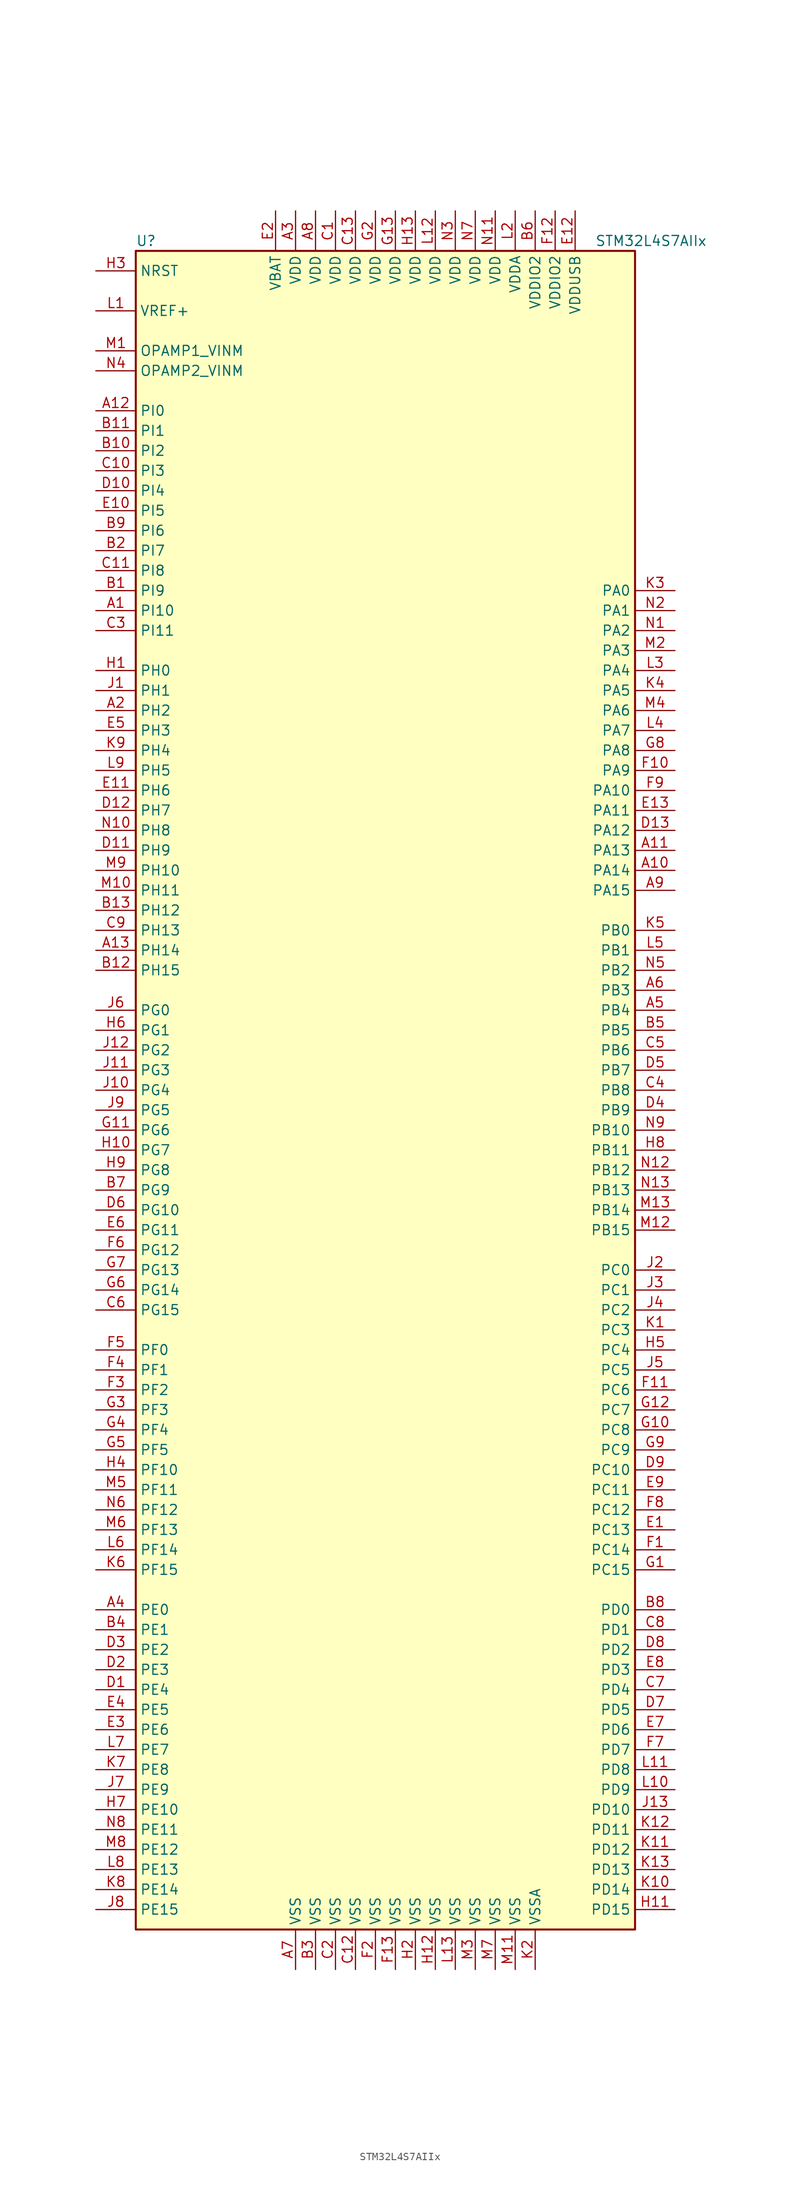
<source format=kicad_sym>
(kicad_symbol_lib
  (version 20201005)
  (generator kicad_symbol_editor)
  (symbol "MCU_ST_STM32L4+:STM32L4S7AIIx"
    (property "Reference" "U"
      (at -33.02 107.95 0)
      (effects (font (size 1.27 1.27)) (justify left)))
    (property "Value" "STM32L4S7AIIx"
      (at 25.4 107.95 0)
      (effects (font (size 1.27 1.27)) (justify left)))
    (symbol "STM32L4S7AIIx_0_1"
      (rectangle (start -33.02 -106.68) (end 30.48 106.68) (stroke (width 0.254)) (fill (type background))))
    (symbol "STM32L4S7AIIx_1_1"
      (pin input line (at -38.1 104.14 0) (length 5.08) (name "NRST" (effects (font (size 1.27 1.27)))) (number "H3" (effects (font (size 1.27 1.27)))))
      (pin bidirectional line (at -38.1 93.98 0) (length 5.08) (name "OPAMP1_VINM" (effects (font (size 1.27 1.27)))) (number "M1" (effects (font (size 1.27 1.27)))))
      (pin bidirectional line (at -38.1 91.44 0) (length 5.08) (name "OPAMP2_VINM" (effects (font (size 1.27 1.27)))) (number "N4" (effects (font (size 1.27 1.27)))))
      (pin bidirectional line (at 35.56 63.5 180) (length 5.08) (name "PA0" (effects (font (size 1.27 1.27)))) (number "K3" (effects (font (size 1.27 1.27)))))
      (pin bidirectional line (at 35.56 60.96 180) (length 5.08) (name "PA1" (effects (font (size 1.27 1.27)))) (number "N2" (effects (font (size 1.27 1.27)))))
      (pin bidirectional line (at 35.56 38.1 180) (length 5.08) (name "PA10" (effects (font (size 1.27 1.27)))) (number "F9" (effects (font (size 1.27 1.27)))))
      (pin bidirectional line (at 35.56 35.56 180) (length 5.08) (name "PA11" (effects (font (size 1.27 1.27)))) (number "E13" (effects (font (size 1.27 1.27)))))
      (pin bidirectional line (at 35.56 33.02 180) (length 5.08) (name "PA12" (effects (font (size 1.27 1.27)))) (number "D13" (effects (font (size 1.27 1.27)))))
      (pin bidirectional line (at 35.56 30.48 180) (length 5.08) (name "PA13" (effects (font (size 1.27 1.27)))) (number "A11" (effects (font (size 1.27 1.27)))))
      (pin bidirectional line (at 35.56 27.94 180) (length 5.08) (name "PA14" (effects (font (size 1.27 1.27)))) (number "A10" (effects (font (size 1.27 1.27)))))
      (pin bidirectional line (at 35.56 25.4 180) (length 5.08) (name "PA15" (effects (font (size 1.27 1.27)))) (number "A9" (effects (font (size 1.27 1.27)))))
      (pin bidirectional line (at 35.56 58.42 180) (length 5.08) (name "PA2" (effects (font (size 1.27 1.27)))) (number "N1" (effects (font (size 1.27 1.27)))))
      (pin bidirectional line (at 35.56 55.88 180) (length 5.08) (name "PA3" (effects (font (size 1.27 1.27)))) (number "M2" (effects (font (size 1.27 1.27)))))
      (pin bidirectional line (at 35.56 53.34 180) (length 5.08) (name "PA4" (effects (font (size 1.27 1.27)))) (number "L3" (effects (font (size 1.27 1.27)))))
      (pin bidirectional line (at 35.56 50.8 180) (length 5.08) (name "PA5" (effects (font (size 1.27 1.27)))) (number "K4" (effects (font (size 1.27 1.27)))))
      (pin bidirectional line (at 35.56 48.26 180) (length 5.08) (name "PA6" (effects (font (size 1.27 1.27)))) (number "M4" (effects (font (size 1.27 1.27)))))
      (pin bidirectional line (at 35.56 45.72 180) (length 5.08) (name "PA7" (effects (font (size 1.27 1.27)))) (number "L4" (effects (font (size 1.27 1.27)))))
      (pin bidirectional line (at 35.56 43.18 180) (length 5.08) (name "PA8" (effects (font (size 1.27 1.27)))) (number "G8" (effects (font (size 1.27 1.27)))))
      (pin bidirectional line (at 35.56 40.64 180) (length 5.08) (name "PA9" (effects (font (size 1.27 1.27)))) (number "F10" (effects (font (size 1.27 1.27)))))
      (pin bidirectional line (at 35.56 20.32 180) (length 5.08) (name "PB0" (effects (font (size 1.27 1.27)))) (number "K5" (effects (font (size 1.27 1.27)))))
      (pin bidirectional line (at 35.56 17.78 180) (length 5.08) (name "PB1" (effects (font (size 1.27 1.27)))) (number "L5" (effects (font (size 1.27 1.27)))))
      (pin bidirectional line (at 35.56 -5.08 180) (length 5.08) (name "PB10" (effects (font (size 1.27 1.27)))) (number "N9" (effects (font (size 1.27 1.27)))))
      (pin bidirectional line (at 35.56 -7.62 180) (length 5.08) (name "PB11" (effects (font (size 1.27 1.27)))) (number "H8" (effects (font (size 1.27 1.27)))))
      (pin bidirectional line (at 35.56 -10.16 180) (length 5.08) (name "PB12" (effects (font (size 1.27 1.27)))) (number "N12" (effects (font (size 1.27 1.27)))))
      (pin bidirectional line (at 35.56 -12.7 180) (length 5.08) (name "PB13" (effects (font (size 1.27 1.27)))) (number "N13" (effects (font (size 1.27 1.27)))))
      (pin bidirectional line (at 35.56 -15.24 180) (length 5.08) (name "PB14" (effects (font (size 1.27 1.27)))) (number "M13" (effects (font (size 1.27 1.27)))))
      (pin bidirectional line (at 35.56 -17.78 180) (length 5.08) (name "PB15" (effects (font (size 1.27 1.27)))) (number "M12" (effects (font (size 1.27 1.27)))))
      (pin bidirectional line (at 35.56 15.24 180) (length 5.08) (name "PB2" (effects (font (size 1.27 1.27)))) (number "N5" (effects (font (size 1.27 1.27)))))
      (pin bidirectional line (at 35.56 12.7 180) (length 5.08) (name "PB3" (effects (font (size 1.27 1.27)))) (number "A6" (effects (font (size 1.27 1.27)))))
      (pin bidirectional line (at 35.56 10.16 180) (length 5.08) (name "PB4" (effects (font (size 1.27 1.27)))) (number "A5" (effects (font (size 1.27 1.27)))))
      (pin bidirectional line (at 35.56 7.62 180) (length 5.08) (name "PB5" (effects (font (size 1.27 1.27)))) (number "B5" (effects (font (size 1.27 1.27)))))
      (pin bidirectional line (at 35.56 5.08 180) (length 5.08) (name "PB6" (effects (font (size 1.27 1.27)))) (number "C5" (effects (font (size 1.27 1.27)))))
      (pin bidirectional line (at 35.56 2.54 180) (length 5.08) (name "PB7" (effects (font (size 1.27 1.27)))) (number "D5" (effects (font (size 1.27 1.27)))))
      (pin bidirectional line (at 35.56 0 180) (length 5.08) (name "PB8" (effects (font (size 1.27 1.27)))) (number "C4" (effects (font (size 1.27 1.27)))))
      (pin bidirectional line (at 35.56 -2.54 180) (length 5.08) (name "PB9" (effects (font (size 1.27 1.27)))) (number "D4" (effects (font (size 1.27 1.27)))))
      (pin bidirectional line (at 35.56 -22.86 180) (length 5.08) (name "PC0" (effects (font (size 1.27 1.27)))) (number "J2" (effects (font (size 1.27 1.27)))))
      (pin bidirectional line (at 35.56 -25.4 180) (length 5.08) (name "PC1" (effects (font (size 1.27 1.27)))) (number "J3" (effects (font (size 1.27 1.27)))))
      (pin bidirectional line (at 35.56 -48.26 180) (length 5.08) (name "PC10" (effects (font (size 1.27 1.27)))) (number "D9" (effects (font (size 1.27 1.27)))))
      (pin bidirectional line (at 35.56 -50.8 180) (length 5.08) (name "PC11" (effects (font (size 1.27 1.27)))) (number "E9" (effects (font (size 1.27 1.27)))))
      (pin bidirectional line (at 35.56 -53.34 180) (length 5.08) (name "PC12" (effects (font (size 1.27 1.27)))) (number "F8" (effects (font (size 1.27 1.27)))))
      (pin bidirectional line (at 35.56 -55.88 180) (length 5.08) (name "PC13" (effects (font (size 1.27 1.27)))) (number "E1" (effects (font (size 1.27 1.27)))))
      (pin bidirectional line (at 35.56 -58.42 180) (length 5.08) (name "PC14" (effects (font (size 1.27 1.27)))) (number "F1" (effects (font (size 1.27 1.27)))))
      (pin bidirectional line (at 35.56 -60.96 180) (length 5.08) (name "PC15" (effects (font (size 1.27 1.27)))) (number "G1" (effects (font (size 1.27 1.27)))))
      (pin bidirectional line (at 35.56 -27.94 180) (length 5.08) (name "PC2" (effects (font (size 1.27 1.27)))) (number "J4" (effects (font (size 1.27 1.27)))))
      (pin bidirectional line (at 35.56 -30.48 180) (length 5.08) (name "PC3" (effects (font (size 1.27 1.27)))) (number "K1" (effects (font (size 1.27 1.27)))))
      (pin bidirectional line (at 35.56 -33.02 180) (length 5.08) (name "PC4" (effects (font (size 1.27 1.27)))) (number "H5" (effects (font (size 1.27 1.27)))))
      (pin bidirectional line (at 35.56 -35.56 180) (length 5.08) (name "PC5" (effects (font (size 1.27 1.27)))) (number "J5" (effects (font (size 1.27 1.27)))))
      (pin bidirectional line (at 35.56 -38.1 180) (length 5.08) (name "PC6" (effects (font (size 1.27 1.27)))) (number "F11" (effects (font (size 1.27 1.27)))))
      (pin bidirectional line (at 35.56 -40.64 180) (length 5.08) (name "PC7" (effects (font (size 1.27 1.27)))) (number "G12" (effects (font (size 1.27 1.27)))))
      (pin bidirectional line (at 35.56 -43.18 180) (length 5.08) (name "PC8" (effects (font (size 1.27 1.27)))) (number "G10" (effects (font (size 1.27 1.27)))))
      (pin bidirectional line (at 35.56 -45.72 180) (length 5.08) (name "PC9" (effects (font (size 1.27 1.27)))) (number "G9" (effects (font (size 1.27 1.27)))))
      (pin bidirectional line (at 35.56 -66.04 180) (length 5.08) (name "PD0" (effects (font (size 1.27 1.27)))) (number "B8" (effects (font (size 1.27 1.27)))))
      (pin bidirectional line (at 35.56 -68.58 180) (length 5.08) (name "PD1" (effects (font (size 1.27 1.27)))) (number "C8" (effects (font (size 1.27 1.27)))))
      (pin bidirectional line (at 35.56 -91.44 180) (length 5.08) (name "PD10" (effects (font (size 1.27 1.27)))) (number "J13" (effects (font (size 1.27 1.27)))))
      (pin bidirectional line (at 35.56 -93.98 180) (length 5.08) (name "PD11" (effects (font (size 1.27 1.27)))) (number "K12" (effects (font (size 1.27 1.27)))))
      (pin bidirectional line (at 35.56 -96.52 180) (length 5.08) (name "PD12" (effects (font (size 1.27 1.27)))) (number "K11" (effects (font (size 1.27 1.27)))))
      (pin bidirectional line (at 35.56 -99.06 180) (length 5.08) (name "PD13" (effects (font (size 1.27 1.27)))) (number "K13" (effects (font (size 1.27 1.27)))))
      (pin bidirectional line (at 35.56 -101.6 180) (length 5.08) (name "PD14" (effects (font (size 1.27 1.27)))) (number "K10" (effects (font (size 1.27 1.27)))))
      (pin bidirectional line (at 35.56 -104.14 180) (length 5.08) (name "PD15" (effects (font (size 1.27 1.27)))) (number "H11" (effects (font (size 1.27 1.27)))))
      (pin bidirectional line (at 35.56 -71.12 180) (length 5.08) (name "PD2" (effects (font (size 1.27 1.27)))) (number "D8" (effects (font (size 1.27 1.27)))))
      (pin bidirectional line (at 35.56 -73.66 180) (length 5.08) (name "PD3" (effects (font (size 1.27 1.27)))) (number "E8" (effects (font (size 1.27 1.27)))))
      (pin bidirectional line (at 35.56 -76.2 180) (length 5.08) (name "PD4" (effects (font (size 1.27 1.27)))) (number "C7" (effects (font (size 1.27 1.27)))))
      (pin bidirectional line (at 35.56 -78.74 180) (length 5.08) (name "PD5" (effects (font (size 1.27 1.27)))) (number "D7" (effects (font (size 1.27 1.27)))))
      (pin bidirectional line (at 35.56 -81.28 180) (length 5.08) (name "PD6" (effects (font (size 1.27 1.27)))) (number "E7" (effects (font (size 1.27 1.27)))))
      (pin bidirectional line (at 35.56 -83.82 180) (length 5.08) (name "PD7" (effects (font (size 1.27 1.27)))) (number "F7" (effects (font (size 1.27 1.27)))))
      (pin bidirectional line (at 35.56 -86.36 180) (length 5.08) (name "PD8" (effects (font (size 1.27 1.27)))) (number "L11" (effects (font (size 1.27 1.27)))))
      (pin bidirectional line (at 35.56 -88.9 180) (length 5.08) (name "PD9" (effects (font (size 1.27 1.27)))) (number "L10" (effects (font (size 1.27 1.27)))))
      (pin bidirectional line (at -38.1 -66.04 0) (length 5.08) (name "PE0" (effects (font (size 1.27 1.27)))) (number "A4" (effects (font (size 1.27 1.27)))))
      (pin bidirectional line (at -38.1 -68.58 0) (length 5.08) (name "PE1" (effects (font (size 1.27 1.27)))) (number "B4" (effects (font (size 1.27 1.27)))))
      (pin bidirectional line (at -38.1 -91.44 0) (length 5.08) (name "PE10" (effects (font (size 1.27 1.27)))) (number "H7" (effects (font (size 1.27 1.27)))))
      (pin bidirectional line (at -38.1 -93.98 0) (length 5.08) (name "PE11" (effects (font (size 1.27 1.27)))) (number "N8" (effects (font (size 1.27 1.27)))))
      (pin bidirectional line (at -38.1 -96.52 0) (length 5.08) (name "PE12" (effects (font (size 1.27 1.27)))) (number "M8" (effects (font (size 1.27 1.27)))))
      (pin bidirectional line (at -38.1 -99.06 0) (length 5.08) (name "PE13" (effects (font (size 1.27 1.27)))) (number "L8" (effects (font (size 1.27 1.27)))))
      (pin bidirectional line (at -38.1 -101.6 0) (length 5.08) (name "PE14" (effects (font (size 1.27 1.27)))) (number "K8" (effects (font (size 1.27 1.27)))))
      (pin bidirectional line (at -38.1 -104.14 0) (length 5.08) (name "PE15" (effects (font (size 1.27 1.27)))) (number "J8" (effects (font (size 1.27 1.27)))))
      (pin bidirectional line (at -38.1 -71.12 0) (length 5.08) (name "PE2" (effects (font (size 1.27 1.27)))) (number "D3" (effects (font (size 1.27 1.27)))))
      (pin bidirectional line (at -38.1 -73.66 0) (length 5.08) (name "PE3" (effects (font (size 1.27 1.27)))) (number "D2" (effects (font (size 1.27 1.27)))))
      (pin bidirectional line (at -38.1 -76.2 0) (length 5.08) (name "PE4" (effects (font (size 1.27 1.27)))) (number "D1" (effects (font (size 1.27 1.27)))))
      (pin bidirectional line (at -38.1 -78.74 0) (length 5.08) (name "PE5" (effects (font (size 1.27 1.27)))) (number "E4" (effects (font (size 1.27 1.27)))))
      (pin bidirectional line (at -38.1 -81.28 0) (length 5.08) (name "PE6" (effects (font (size 1.27 1.27)))) (number "E3" (effects (font (size 1.27 1.27)))))
      (pin bidirectional line (at -38.1 -83.82 0) (length 5.08) (name "PE7" (effects (font (size 1.27 1.27)))) (number "L7" (effects (font (size 1.27 1.27)))))
      (pin bidirectional line (at -38.1 -86.36 0) (length 5.08) (name "PE8" (effects (font (size 1.27 1.27)))) (number "K7" (effects (font (size 1.27 1.27)))))
      (pin bidirectional line (at -38.1 -88.9 0) (length 5.08) (name "PE9" (effects (font (size 1.27 1.27)))) (number "J7" (effects (font (size 1.27 1.27)))))
      (pin bidirectional line (at -38.1 -33.02 0) (length 5.08) (name "PF0" (effects (font (size 1.27 1.27)))) (number "F5" (effects (font (size 1.27 1.27)))))
      (pin bidirectional line (at -38.1 -35.56 0) (length 5.08) (name "PF1" (effects (font (size 1.27 1.27)))) (number "F4" (effects (font (size 1.27 1.27)))))
      (pin bidirectional line (at -38.1 -48.26 0) (length 5.08) (name "PF10" (effects (font (size 1.27 1.27)))) (number "H4" (effects (font (size 1.27 1.27)))))
      (pin bidirectional line (at -38.1 -50.8 0) (length 5.08) (name "PF11" (effects (font (size 1.27 1.27)))) (number "M5" (effects (font (size 1.27 1.27)))))
      (pin bidirectional line (at -38.1 -53.34 0) (length 5.08) (name "PF12" (effects (font (size 1.27 1.27)))) (number "N6" (effects (font (size 1.27 1.27)))))
      (pin bidirectional line (at -38.1 -55.88 0) (length 5.08) (name "PF13" (effects (font (size 1.27 1.27)))) (number "M6" (effects (font (size 1.27 1.27)))))
      (pin bidirectional line (at -38.1 -58.42 0) (length 5.08) (name "PF14" (effects (font (size 1.27 1.27)))) (number "L6" (effects (font (size 1.27 1.27)))))
      (pin bidirectional line (at -38.1 -60.96 0) (length 5.08) (name "PF15" (effects (font (size 1.27 1.27)))) (number "K6" (effects (font (size 1.27 1.27)))))
      (pin bidirectional line (at -38.1 -38.1 0) (length 5.08) (name "PF2" (effects (font (size 1.27 1.27)))) (number "F3" (effects (font (size 1.27 1.27)))))
      (pin bidirectional line (at -38.1 -40.64 0) (length 5.08) (name "PF3" (effects (font (size 1.27 1.27)))) (number "G3" (effects (font (size 1.27 1.27)))))
      (pin bidirectional line (at -38.1 -43.18 0) (length 5.08) (name "PF4" (effects (font (size 1.27 1.27)))) (number "G4" (effects (font (size 1.27 1.27)))))
      (pin bidirectional line (at -38.1 -45.72 0) (length 5.08) (name "PF5" (effects (font (size 1.27 1.27)))) (number "G5" (effects (font (size 1.27 1.27)))))
      (pin bidirectional line (at -38.1 10.16 0) (length 5.08) (name "PG0" (effects (font (size 1.27 1.27)))) (number "J6" (effects (font (size 1.27 1.27)))))
      (pin bidirectional line (at -38.1 7.62 0) (length 5.08) (name "PG1" (effects (font (size 1.27 1.27)))) (number "H6" (effects (font (size 1.27 1.27)))))
      (pin bidirectional line (at -38.1 -15.24 0) (length 5.08) (name "PG10" (effects (font (size 1.27 1.27)))) (number "D6" (effects (font (size 1.27 1.27)))))
      (pin bidirectional line (at -38.1 -17.78 0) (length 5.08) (name "PG11" (effects (font (size 1.27 1.27)))) (number "E6" (effects (font (size 1.27 1.27)))))
      (pin bidirectional line (at -38.1 -20.32 0) (length 5.08) (name "PG12" (effects (font (size 1.27 1.27)))) (number "F6" (effects (font (size 1.27 1.27)))))
      (pin bidirectional line (at -38.1 -22.86 0) (length 5.08) (name "PG13" (effects (font (size 1.27 1.27)))) (number "G7" (effects (font (size 1.27 1.27)))))
      (pin bidirectional line (at -38.1 -25.4 0) (length 5.08) (name "PG14" (effects (font (size 1.27 1.27)))) (number "G6" (effects (font (size 1.27 1.27)))))
      (pin bidirectional line (at -38.1 -27.94 0) (length 5.08) (name "PG15" (effects (font (size 1.27 1.27)))) (number "C6" (effects (font (size 1.27 1.27)))))
      (pin bidirectional line (at -38.1 5.08 0) (length 5.08) (name "PG2" (effects (font (size 1.27 1.27)))) (number "J12" (effects (font (size 1.27 1.27)))))
      (pin bidirectional line (at -38.1 2.54 0) (length 5.08) (name "PG3" (effects (font (size 1.27 1.27)))) (number "J11" (effects (font (size 1.27 1.27)))))
      (pin bidirectional line (at -38.1 0 0) (length 5.08) (name "PG4" (effects (font (size 1.27 1.27)))) (number "J10" (effects (font (size 1.27 1.27)))))
      (pin bidirectional line (at -38.1 -2.54 0) (length 5.08) (name "PG5" (effects (font (size 1.27 1.27)))) (number "J9" (effects (font (size 1.27 1.27)))))
      (pin bidirectional line (at -38.1 -5.08 0) (length 5.08) (name "PG6" (effects (font (size 1.27 1.27)))) (number "G11" (effects (font (size 1.27 1.27)))))
      (pin bidirectional line (at -38.1 -7.62 0) (length 5.08) (name "PG7" (effects (font (size 1.27 1.27)))) (number "H10" (effects (font (size 1.27 1.27)))))
      (pin bidirectional line (at -38.1 -10.16 0) (length 5.08) (name "PG8" (effects (font (size 1.27 1.27)))) (number "H9" (effects (font (size 1.27 1.27)))))
      (pin bidirectional line (at -38.1 -12.7 0) (length 5.08) (name "PG9" (effects (font (size 1.27 1.27)))) (number "B7" (effects (font (size 1.27 1.27)))))
      (pin input line (at -38.1 53.34 0) (length 5.08) (name "PH0" (effects (font (size 1.27 1.27)))) (number "H1" (effects (font (size 1.27 1.27)))))
      (pin input line (at -38.1 50.8 0) (length 5.08) (name "PH1" (effects (font (size 1.27 1.27)))) (number "J1" (effects (font (size 1.27 1.27)))))
      (pin bidirectional line (at -38.1 27.94 0) (length 5.08) (name "PH10" (effects (font (size 1.27 1.27)))) (number "M9" (effects (font (size 1.27 1.27)))))
      (pin bidirectional line (at -38.1 25.4 0) (length 5.08) (name "PH11" (effects (font (size 1.27 1.27)))) (number "M10" (effects (font (size 1.27 1.27)))))
      (pin bidirectional line (at -38.1 22.86 0) (length 5.08) (name "PH12" (effects (font (size 1.27 1.27)))) (number "B13" (effects (font (size 1.27 1.27)))))
      (pin bidirectional line (at -38.1 20.32 0) (length 5.08) (name "PH13" (effects (font (size 1.27 1.27)))) (number "C9" (effects (font (size 1.27 1.27)))))
      (pin bidirectional line (at -38.1 17.78 0) (length 5.08) (name "PH14" (effects (font (size 1.27 1.27)))) (number "A13" (effects (font (size 1.27 1.27)))))
      (pin bidirectional line (at -38.1 15.24 0) (length 5.08) (name "PH15" (effects (font (size 1.27 1.27)))) (number "B12" (effects (font (size 1.27 1.27)))))
      (pin bidirectional line (at -38.1 48.26 0) (length 5.08) (name "PH2" (effects (font (size 1.27 1.27)))) (number "A2" (effects (font (size 1.27 1.27)))))
      (pin bidirectional line (at -38.1 45.72 0) (length 5.08) (name "PH3" (effects (font (size 1.27 1.27)))) (number "E5" (effects (font (size 1.27 1.27)))))
      (pin bidirectional line (at -38.1 43.18 0) (length 5.08) (name "PH4" (effects (font (size 1.27 1.27)))) (number "K9" (effects (font (size 1.27 1.27)))))
      (pin bidirectional line (at -38.1 40.64 0) (length 5.08) (name "PH5" (effects (font (size 1.27 1.27)))) (number "L9" (effects (font (size 1.27 1.27)))))
      (pin bidirectional line (at -38.1 38.1 0) (length 5.08) (name "PH6" (effects (font (size 1.27 1.27)))) (number "E11" (effects (font (size 1.27 1.27)))))
      (pin bidirectional line (at -38.1 35.56 0) (length 5.08) (name "PH7" (effects (font (size 1.27 1.27)))) (number "D12" (effects (font (size 1.27 1.27)))))
      (pin bidirectional line (at -38.1 33.02 0) (length 5.08) (name "PH8" (effects (font (size 1.27 1.27)))) (number "N10" (effects (font (size 1.27 1.27)))))
      (pin bidirectional line (at -38.1 30.48 0) (length 5.08) (name "PH9" (effects (font (size 1.27 1.27)))) (number "D11" (effects (font (size 1.27 1.27)))))
      (pin bidirectional line (at -38.1 86.36 0) (length 5.08) (name "PI0" (effects (font (size 1.27 1.27)))) (number "A12" (effects (font (size 1.27 1.27)))))
      (pin bidirectional line (at -38.1 83.82 0) (length 5.08) (name "PI1" (effects (font (size 1.27 1.27)))) (number "B11" (effects (font (size 1.27 1.27)))))
      (pin bidirectional line (at -38.1 60.96 0) (length 5.08) (name "PI10" (effects (font (size 1.27 1.27)))) (number "A1" (effects (font (size 1.27 1.27)))))
      (pin bidirectional line (at -38.1 58.42 0) (length 5.08) (name "PI11" (effects (font (size 1.27 1.27)))) (number "C3" (effects (font (size 1.27 1.27)))))
      (pin bidirectional line (at -38.1 81.28 0) (length 5.08) (name "PI2" (effects (font (size 1.27 1.27)))) (number "B10" (effects (font (size 1.27 1.27)))))
      (pin bidirectional line (at -38.1 78.74 0) (length 5.08) (name "PI3" (effects (font (size 1.27 1.27)))) (number "C10" (effects (font (size 1.27 1.27)))))
      (pin bidirectional line (at -38.1 76.2 0) (length 5.08) (name "PI4" (effects (font (size 1.27 1.27)))) (number "D10" (effects (font (size 1.27 1.27)))))
      (pin bidirectional line (at -38.1 73.66 0) (length 5.08) (name "PI5" (effects (font (size 1.27 1.27)))) (number "E10" (effects (font (size 1.27 1.27)))))
      (pin bidirectional line (at -38.1 71.12 0) (length 5.08) (name "PI6" (effects (font (size 1.27 1.27)))) (number "B9" (effects (font (size 1.27 1.27)))))
      (pin bidirectional line (at -38.1 68.58 0) (length 5.08) (name "PI7" (effects (font (size 1.27 1.27)))) (number "B2" (effects (font (size 1.27 1.27)))))
      (pin bidirectional line (at -38.1 66.04 0) (length 5.08) (name "PI8" (effects (font (size 1.27 1.27)))) (number "C11" (effects (font (size 1.27 1.27)))))
      (pin bidirectional line (at -38.1 63.5 0) (length 5.08) (name "PI9" (effects (font (size 1.27 1.27)))) (number "B1" (effects (font (size 1.27 1.27)))))
      (pin power_in line (at -15.24 111.76 270) (length 5.08) (name "VBAT" (effects (font (size 1.27 1.27)))) (number "E2" (effects (font (size 1.27 1.27)))))
      (pin power_in line (at -12.7 111.76 270) (length 5.08) (name "VDD" (effects (font (size 1.27 1.27)))) (number "A3" (effects (font (size 1.27 1.27)))))
      (pin power_in line (at -10.16 111.76 270) (length 5.08) (name "VDD" (effects (font (size 1.27 1.27)))) (number "A8" (effects (font (size 1.27 1.27)))))
      (pin power_in line (at -7.62 111.76 270) (length 5.08) (name "VDD" (effects (font (size 1.27 1.27)))) (number "C1" (effects (font (size 1.27 1.27)))))
      (pin power_in line (at -5.08 111.76 270) (length 5.08) (name "VDD" (effects (font (size 1.27 1.27)))) (number "C13" (effects (font (size 1.27 1.27)))))
      (pin power_in line (at 0 111.76 270) (length 5.08) (name "VDD" (effects (font (size 1.27 1.27)))) (number "G13" (effects (font (size 1.27 1.27)))))
      (pin power_in line (at -2.54 111.76 270) (length 5.08) (name "VDD" (effects (font (size 1.27 1.27)))) (number "G2" (effects (font (size 1.27 1.27)))))
      (pin power_in line (at 2.54 111.76 270) (length 5.08) (name "VDD" (effects (font (size 1.27 1.27)))) (number "H13" (effects (font (size 1.27 1.27)))))
      (pin power_in line (at 5.08 111.76 270) (length 5.08) (name "VDD" (effects (font (size 1.27 1.27)))) (number "L12" (effects (font (size 1.27 1.27)))))
      (pin power_in line (at 12.7 111.76 270) (length 5.08) (name "VDD" (effects (font (size 1.27 1.27)))) (number "N11" (effects (font (size 1.27 1.27)))))
      (pin power_in line (at 7.62 111.76 270) (length 5.08) (name "VDD" (effects (font (size 1.27 1.27)))) (number "N3" (effects (font (size 1.27 1.27)))))
      (pin power_in line (at 10.16 111.76 270) (length 5.08) (name "VDD" (effects (font (size 1.27 1.27)))) (number "N7" (effects (font (size 1.27 1.27)))))
      (pin power_in line (at 15.24 111.76 270) (length 5.08) (name "VDDA" (effects (font (size 1.27 1.27)))) (number "L2" (effects (font (size 1.27 1.27)))))
      (pin power_in line (at 17.78 111.76 270) (length 5.08) (name "VDDIO2" (effects (font (size 1.27 1.27)))) (number "B6" (effects (font (size 1.27 1.27)))))
      (pin power_in line (at 20.32 111.76 270) (length 5.08) (name "VDDIO2" (effects (font (size 1.27 1.27)))) (number "F12" (effects (font (size 1.27 1.27)))))
      (pin power_in line (at 22.86 111.76 270) (length 5.08) (name "VDDUSB" (effects (font (size 1.27 1.27)))) (number "E12" (effects (font (size 1.27 1.27)))))
      (pin bidirectional line (at -38.1 99.06 0) (length 5.08) (name "VREF+" (effects (font (size 1.27 1.27)))) (number "L1" (effects (font (size 1.27 1.27)))))
      (pin power_in line (at -12.7 -111.76 90) (length 5.08) (name "VSS" (effects (font (size 1.27 1.27)))) (number "A7" (effects (font (size 1.27 1.27)))))
      (pin power_in line (at -10.16 -111.76 90) (length 5.08) (name "VSS" (effects (font (size 1.27 1.27)))) (number "B3" (effects (font (size 1.27 1.27)))))
      (pin power_in line (at -5.08 -111.76 90) (length 5.08) (name "VSS" (effects (font (size 1.27 1.27)))) (number "C12" (effects (font (size 1.27 1.27)))))
      (pin power_in line (at -7.62 -111.76 90) (length 5.08) (name "VSS" (effects (font (size 1.27 1.27)))) (number "C2" (effects (font (size 1.27 1.27)))))
      (pin power_in line (at 0 -111.76 90) (length 5.08) (name "VSS" (effects (font (size 1.27 1.27)))) (number "F13" (effects (font (size 1.27 1.27)))))
      (pin power_in line (at -2.54 -111.76 90) (length 5.08) (name "VSS" (effects (font (size 1.27 1.27)))) (number "F2" (effects (font (size 1.27 1.27)))))
      (pin power_in line (at 5.08 -111.76 90) (length 5.08) (name "VSS" (effects (font (size 1.27 1.27)))) (number "H12" (effects (font (size 1.27 1.27)))))
      (pin power_in line (at 2.54 -111.76 90) (length 5.08) (name "VSS" (effects (font (size 1.27 1.27)))) (number "H2" (effects (font (size 1.27 1.27)))))
      (pin power_in line (at 7.62 -111.76 90) (length 5.08) (name "VSS" (effects (font (size 1.27 1.27)))) (number "L13" (effects (font (size 1.27 1.27)))))
      (pin power_in line (at 15.24 -111.76 90) (length 5.08) (name "VSS" (effects (font (size 1.27 1.27)))) (number "M11" (effects (font (size 1.27 1.27)))))
      (pin power_in line (at 10.16 -111.76 90) (length 5.08) (name "VSS" (effects (font (size 1.27 1.27)))) (number "M3" (effects (font (size 1.27 1.27)))))
      (pin power_in line (at 12.7 -111.76 90) (length 5.08) (name "VSS" (effects (font (size 1.27 1.27)))) (number "M7" (effects (font (size 1.27 1.27)))))
      (pin power_in line (at 17.78 -111.76 90) (length 5.08) (name "VSSA" (effects (font (size 1.27 1.27)))) (number "K2" (effects (font (size 1.27 1.27))))))))
</source>
